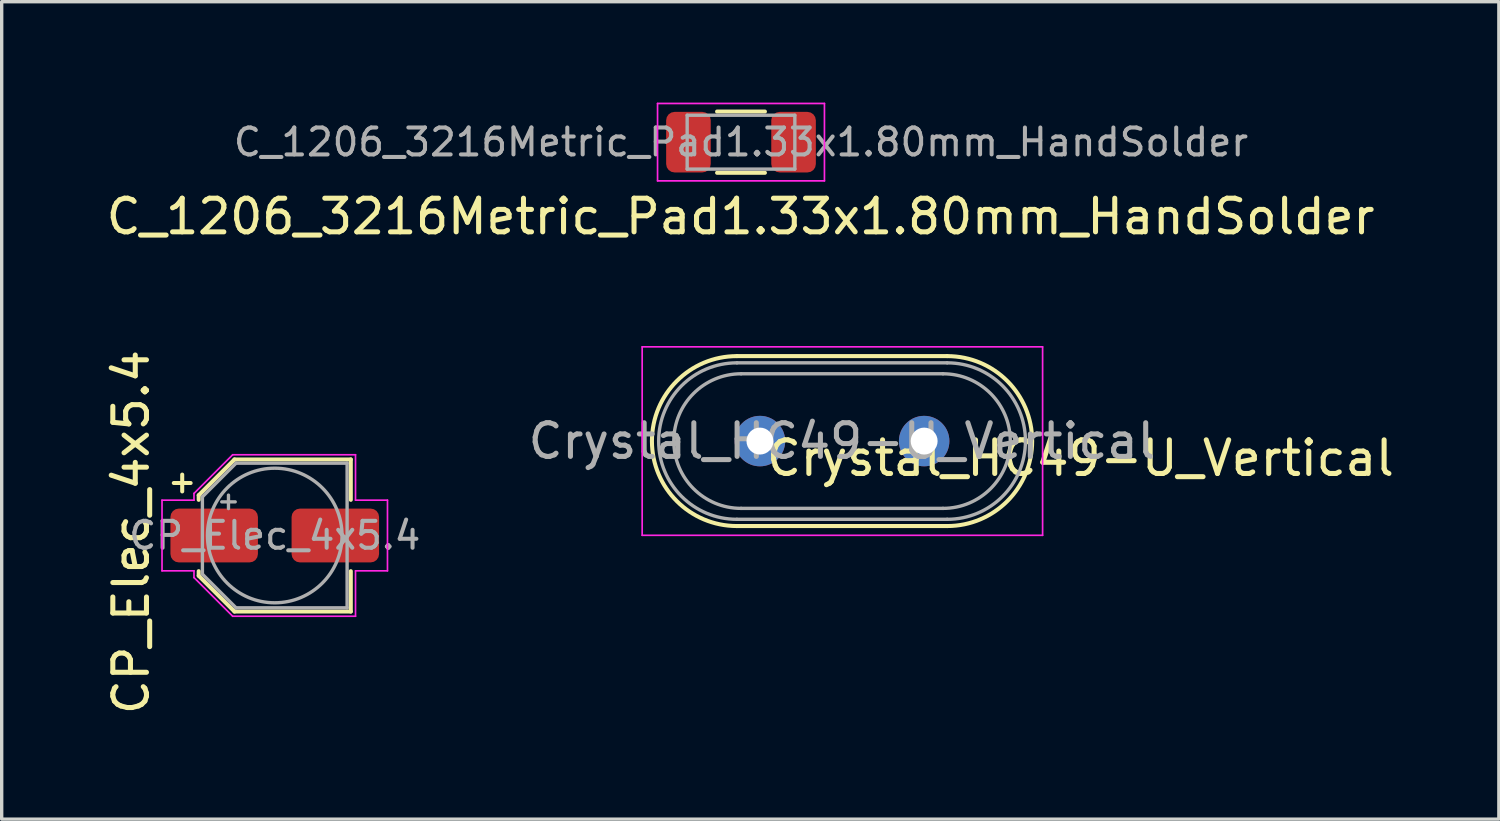
<source format=kicad_pcb>
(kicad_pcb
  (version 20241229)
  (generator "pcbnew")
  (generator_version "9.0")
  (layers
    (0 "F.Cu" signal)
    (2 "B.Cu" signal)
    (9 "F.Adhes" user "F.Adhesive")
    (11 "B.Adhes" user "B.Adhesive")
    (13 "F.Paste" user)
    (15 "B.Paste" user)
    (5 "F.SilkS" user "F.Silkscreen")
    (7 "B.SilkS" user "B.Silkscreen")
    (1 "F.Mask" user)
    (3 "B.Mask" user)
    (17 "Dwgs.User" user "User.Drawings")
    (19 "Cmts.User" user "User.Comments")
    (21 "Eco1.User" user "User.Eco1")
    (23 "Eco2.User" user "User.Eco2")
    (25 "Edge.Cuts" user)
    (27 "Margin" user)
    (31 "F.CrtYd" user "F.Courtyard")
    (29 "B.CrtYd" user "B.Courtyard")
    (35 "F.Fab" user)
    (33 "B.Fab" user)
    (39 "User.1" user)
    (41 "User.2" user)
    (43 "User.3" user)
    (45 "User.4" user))
  (footprint "C_1206_3216Metric_Pad1.33x1.80mm_HandSolder"
    (layer "F.Cu")
    (at 18.971 1.175)
    (property "Reference" "C_1206_3216Metric_Pad1.33x1.80mm_HandSolder" (at -0.012 2.21 0) (layer "F.SilkS") (effects (font (size 1 1) (thickness 0.15))))
    (attr smd)
    (fp_line (start -0.711 -0.91) (end 0.711 -0.91) (stroke (width 0.12) (type solid)) (layer "F.SilkS"))
    (fp_line (start -0.711 0.91) (end 0.711 0.91) (stroke (width 0.12) (type solid)) (layer "F.SilkS"))
    (fp_line (start -2.48 -1.15) (end 2.48 -1.15) (stroke (width 0.05) (type solid)) (layer "F.CrtYd"))
    (fp_line (start -2.48 1.15) (end -2.48 -1.15) (stroke (width 0.05) (type solid)) (layer "F.CrtYd"))
    (fp_line (start 2.48 -1.15) (end 2.48 1.15) (stroke (width 0.05) (type solid)) (layer "F.CrtYd"))
    (fp_line (start 2.48 1.15) (end -2.48 1.15) (stroke (width 0.05) (type solid)) (layer "F.CrtYd"))
    (fp_line (start -1.6 -0.8) (end 1.6 -0.8) (stroke (width 0.1) (type solid)) (layer "F.Fab"))
    (fp_line (start -1.6 0.8) (end -1.6 -0.8) (stroke (width 0.1) (type solid)) (layer "F.Fab"))
    (fp_line (start 1.6 -0.8) (end 1.6 0.8) (stroke (width 0.1) (type solid)) (layer "F.Fab"))
    (fp_line (start 1.6 0.8) (end -1.6 0.8) (stroke (width 0.1) (type solid)) (layer "F.Fab"))
    (fp_text user "${REFERENCE}" (at 0 0 180) (layer "F.Fab") (effects (font (size 0.8 0.8) (thickness 0.12))))
    (pad "1" smd roundrect (at -1.562 0) (size 1.325 1.8) (layers "F.Cu" "F.Mask" "F.Paste") (roundrect_rratio 0.189))
    (pad "2" smd roundrect (at 1.562 0) (size 1.325 1.8) (layers "F.Cu" "F.Mask" "F.Paste") (roundrect_rratio 0.189)))
  (footprint "Crystal_HC49-U_Vertical"
    (layer "F.Cu")
    (at 19.534 10.058)
    (property "Reference" "Crystal_HC49-U_Vertical" (at 9.525 0.508 0) (layer "F.SilkS") (effects (font (size 1 1) (thickness 0.15))))
    (attr through_hole)
    (fp_line (start -0.685 -2.525) (end 5.565 -2.525) (stroke (width 0.12) (type solid)) (layer "F.SilkS"))
    (fp_line (start -0.685 2.525) (end 5.565 2.525) (stroke (width 0.12) (type solid)) (layer "F.SilkS"))
    (fp_arc (start -0.685 2.525) (mid -3.21 0) (end -0.685 -2.525) (stroke (width 0.12) (type solid)) (layer "F.SilkS"))
    (fp_arc (start 5.565 -2.525) (mid 8.09 0) (end 5.565 2.525) (stroke (width 0.12) (type solid)) (layer "F.SilkS"))
    (fp_line (start -3.5 -2.8) (end -3.5 2.8) (stroke (width 0.05) (type solid)) (layer "F.CrtYd"))
    (fp_line (start -3.5 2.8) (end 8.4 2.8) (stroke (width 0.05) (type solid)) (layer "F.CrtYd"))
    (fp_line (start 8.4 -2.8) (end -3.5 -2.8) (stroke (width 0.05) (type solid)) (layer "F.CrtYd"))
    (fp_line (start 8.4 2.8) (end 8.4 -2.8) (stroke (width 0.05) (type solid)) (layer "F.CrtYd"))
    (fp_line (start -0.685 -2.325) (end 5.565 -2.325) (stroke (width 0.1) (type solid)) (layer "F.Fab"))
    (fp_line (start -0.685 2.325) (end 5.565 2.325) (stroke (width 0.1) (type solid)) (layer "F.Fab"))
    (fp_line (start -0.56 -2) (end 5.44 -2) (stroke (width 0.1) (type solid)) (layer "F.Fab"))
    (fp_line (start -0.56 2) (end 5.44 2) (stroke (width 0.1) (type solid)) (layer "F.Fab"))
    (fp_arc (start -0.685 2.325) (mid -3.01 0) (end -0.685 -2.325) (stroke (width 0.1) (type solid)) (layer "F.Fab"))
    (fp_arc (start -0.56 2) (mid -2.56 0) (end -0.56 -2) (stroke (width 0.1) (type solid)) (layer "F.Fab"))
    (fp_arc (start 5.44 -2) (mid 7.44 0) (end 5.44 2) (stroke (width 0.1) (type solid)) (layer "F.Fab"))
    (fp_arc (start 5.565 -2.325) (mid 7.89 0) (end 5.565 2.325) (stroke (width 0.1) (type solid)) (layer "F.Fab"))
    (fp_text user "${REFERENCE}" (at 2.44 0 0) (layer "F.Fab") (effects (font (size 1 1) (thickness 0.15))))
    (pad "1" thru_hole circle (at 0 0) (size 1.5 1.5) (drill 0.8) (layers "*.Cu" "*.Mask"))
    (pad "2" thru_hole circle (at 4.88 0) (size 1.5 1.5) (drill 0.8) (layers "*.Cu" "*.Mask")))
  (footprint "CP_Elec_4x5.4"
    (layer "F.Cu")
    (at 5.115 12.864)
    (property "Reference" "CP_Elec_4x5.4" (at -4.267 -0.102 270) (layer "F.SilkS") (effects (font (size 1 1) (thickness 0.15))))
    (attr smd)
    (fp_line (start -3 -1.56) (end -2.5 -1.56) (stroke (width 0.12) (type solid)) (layer "F.SilkS"))
    (fp_line (start -2.75 -1.81) (end -2.75 -1.31) (stroke (width 0.12) (type solid)) (layer "F.SilkS"))
    (fp_line (start -2.26 -1.196) (end -2.26 -1.06) (stroke (width 0.12) (type solid)) (layer "F.SilkS"))
    (fp_line (start -2.26 -1.196) (end -1.196 -2.26) (stroke (width 0.12) (type solid)) (layer "F.SilkS"))
    (fp_line (start -2.26 1.196) (end -2.26 1.06) (stroke (width 0.12) (type solid)) (layer "F.SilkS"))
    (fp_line (start -2.26 1.196) (end -1.196 2.26) (stroke (width 0.12) (type solid)) (layer "F.SilkS"))
    (fp_line (start -1.196 -2.26) (end 2.26 -2.26) (stroke (width 0.12) (type solid)) (layer "F.SilkS"))
    (fp_line (start -1.196 2.26) (end 2.26 2.26) (stroke (width 0.12) (type solid)) (layer "F.SilkS"))
    (fp_line (start 2.26 -2.26) (end 2.26 -1.06) (stroke (width 0.12) (type solid)) (layer "F.SilkS"))
    (fp_line (start 2.26 2.26) (end 2.26 1.06) (stroke (width 0.12) (type solid)) (layer "F.SilkS"))
    (fp_line (start -3.35 -1.05) (end -3.35 1.05) (stroke (width 0.05) (type solid)) (layer "F.CrtYd"))
    (fp_line (start -3.35 1.05) (end -2.4 1.05) (stroke (width 0.05) (type solid)) (layer "F.CrtYd"))
    (fp_line (start -2.4 -1.25) (end -2.4 -1.05) (stroke (width 0.05) (type solid)) (layer "F.CrtYd"))
    (fp_line (start -2.4 -1.25) (end -1.25 -2.4) (stroke (width 0.05) (type solid)) (layer "F.CrtYd"))
    (fp_line (start -2.4 -1.05) (end -3.35 -1.05) (stroke (width 0.05) (type solid)) (layer "F.CrtYd"))
    (fp_line (start -2.4 1.05) (end -2.4 1.25) (stroke (width 0.05) (type solid)) (layer "F.CrtYd"))
    (fp_line (start -2.4 1.25) (end -1.25 2.4) (stroke (width 0.05) (type solid)) (layer "F.CrtYd"))
    (fp_line (start -1.25 -2.4) (end 2.4 -2.4) (stroke (width 0.05) (type solid)) (layer "F.CrtYd"))
    (fp_line (start -1.25 2.4) (end 2.4 2.4) (stroke (width 0.05) (type solid)) (layer "F.CrtYd"))
    (fp_line (start 2.4 -2.4) (end 2.4 -1.05) (stroke (width 0.05) (type solid)) (layer "F.CrtYd"))
    (fp_line (start 2.4 -1.05) (end 3.35 -1.05) (stroke (width 0.05) (type solid)) (layer "F.CrtYd"))
    (fp_line (start 2.4 1.05) (end 2.4 2.4) (stroke (width 0.05) (type solid)) (layer "F.CrtYd"))
    (fp_line (start 3.35 -1.05) (end 3.35 1.05) (stroke (width 0.05) (type solid)) (layer "F.CrtYd"))
    (fp_line (start 3.35 1.05) (end 2.4 1.05) (stroke (width 0.05) (type solid)) (layer "F.CrtYd"))
    (fp_line (start -2.15 -1.15) (end -2.15 1.15) (stroke (width 0.1) (type solid)) (layer "F.Fab"))
    (fp_line (start -2.15 -1.15) (end -1.15 -2.15) (stroke (width 0.1) (type solid)) (layer "F.Fab"))
    (fp_line (start -2.15 1.15) (end -1.15 2.15) (stroke (width 0.1) (type solid)) (layer "F.Fab"))
    (fp_line (start -1.575 -1) (end -1.175 -1) (stroke (width 0.1) (type solid)) (layer "F.Fab"))
    (fp_line (start -1.375 -1.2) (end -1.375 -0.8) (stroke (width 0.1) (type solid)) (layer "F.Fab"))
    (fp_line (start -1.15 -2.15) (end 2.15 -2.15) (stroke (width 0.1) (type solid)) (layer "F.Fab"))
    (fp_line (start -1.15 2.15) (end 2.15 2.15) (stroke (width 0.1) (type solid)) (layer "F.Fab"))
    (fp_line (start 2.15 -2.15) (end 2.15 2.15) (stroke (width 0.1) (type solid)) (layer "F.Fab"))
    (fp_circle (center 0 0) (end 2 0) (stroke (width 0.1) (type solid)) (fill no) (layer "F.Fab"))
    (fp_text user "${REFERENCE}" (at 0 0 180) (layer "F.Fab") (effects (font (size 0.8 0.8) (thickness 0.12))))
    (pad "1" smd roundrect (at -1.8 0) (size 2.6 1.6) (layers "F.Cu" "F.Mask" "F.Paste") (roundrect_rratio 0.156))
    (pad "2" smd roundrect (at 1.8 0) (size 2.6 1.6) (layers "F.Cu" "F.Mask" "F.Paste") (roundrect_rratio 0.156)))
  (gr_rect
    (start -3 -3)
    (end 41.493 21.293)
    (stroke (width 0.1) (type default))
    (fill no)
    (layer "Edge.Cuts")))
</source>
